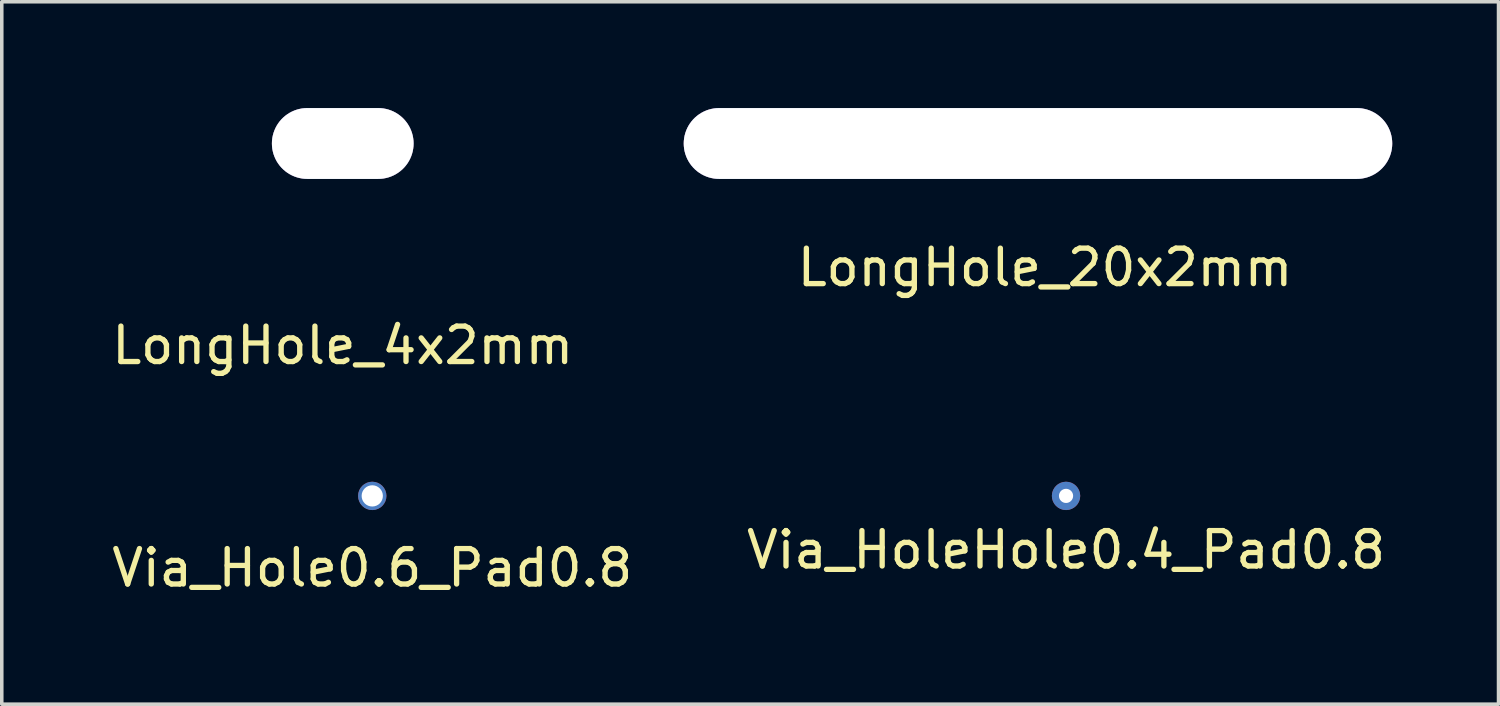
<source format=kicad_pcb>
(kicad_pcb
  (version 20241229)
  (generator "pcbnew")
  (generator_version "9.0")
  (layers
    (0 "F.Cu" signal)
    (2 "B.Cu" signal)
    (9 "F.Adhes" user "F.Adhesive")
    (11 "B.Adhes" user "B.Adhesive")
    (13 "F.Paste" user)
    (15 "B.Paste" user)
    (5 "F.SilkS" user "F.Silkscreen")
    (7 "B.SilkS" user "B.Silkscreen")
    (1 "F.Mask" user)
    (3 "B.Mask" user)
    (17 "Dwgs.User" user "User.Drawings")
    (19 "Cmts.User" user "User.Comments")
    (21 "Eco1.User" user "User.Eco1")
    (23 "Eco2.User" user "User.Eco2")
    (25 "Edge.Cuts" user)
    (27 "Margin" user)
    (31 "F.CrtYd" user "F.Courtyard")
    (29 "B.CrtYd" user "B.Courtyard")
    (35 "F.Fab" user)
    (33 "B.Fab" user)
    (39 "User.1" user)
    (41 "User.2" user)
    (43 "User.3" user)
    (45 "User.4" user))
  (footprint "Via_Hole0.6_Pad0.8"
    (layer "F.Cu")
    (at 7.458 10.948)
    (property "Reference" "Via_Hole0.6_Pad0.8" (at 0 2.032 0) (layer "F.SilkS") (effects (font (size 1 1) (thickness 0.15))))
    (attr through_hole)
    (pad "1" thru_hole circle (at 0 0) (size 0.8 0.8) (drill 0.6) (layers "*.Cu" "*.Mask")))
  (footprint "Via_HoleHole0.4_Pad0.8"
    (layer "F.Cu")
    (at 27.042 10.948)
    (property "Reference" "Via_HoleHole0.4_Pad0.8" (at 0 1.524 0) (layer "F.SilkS") (effects (font (size 1 1) (thickness 0.15))))
    (attr through_hole)
    (pad "2" thru_hole circle (at 0 0) (size 0.8 0.8) (drill 0.4) (layers "*.Cu" "*.Mask")))
  (footprint "LongHole_20x2mm"
    (layer "F.Cu")
    (at 26.25 1)
    (property "Reference" "LongHole_20x2mm" (at 0.2 3.5 0) (layer "F.SilkS") (effects (font (size 1 1) (thickness 0.15))))
    (attr through_hole)
    (pad "2" thru_hole oval (at 0 0) (size 20 2) (drill oval 20 2) (layers "*.Cu" "*.Mask")))
  (footprint "LongHole_4x2mm"
    (layer "F.Cu")
    (at 6.625 1)
    (property "Reference" "LongHole_4x2mm" (at 0 5.7 0) (layer "F.SilkS") (effects (font (size 1 1) (thickness 0.15))))
    (attr through_hole)
    (pad "3" thru_hole oval (at 0 0) (size 4 2) (drill oval 4 2) (layers "*.Cu" "*.Mask")))
  (gr_rect
    (start -3 -3)
    (end 39.25 16.828)
    (stroke (width 0.1) (type default))
    (fill no)
    (layer "Edge.Cuts")))
</source>
